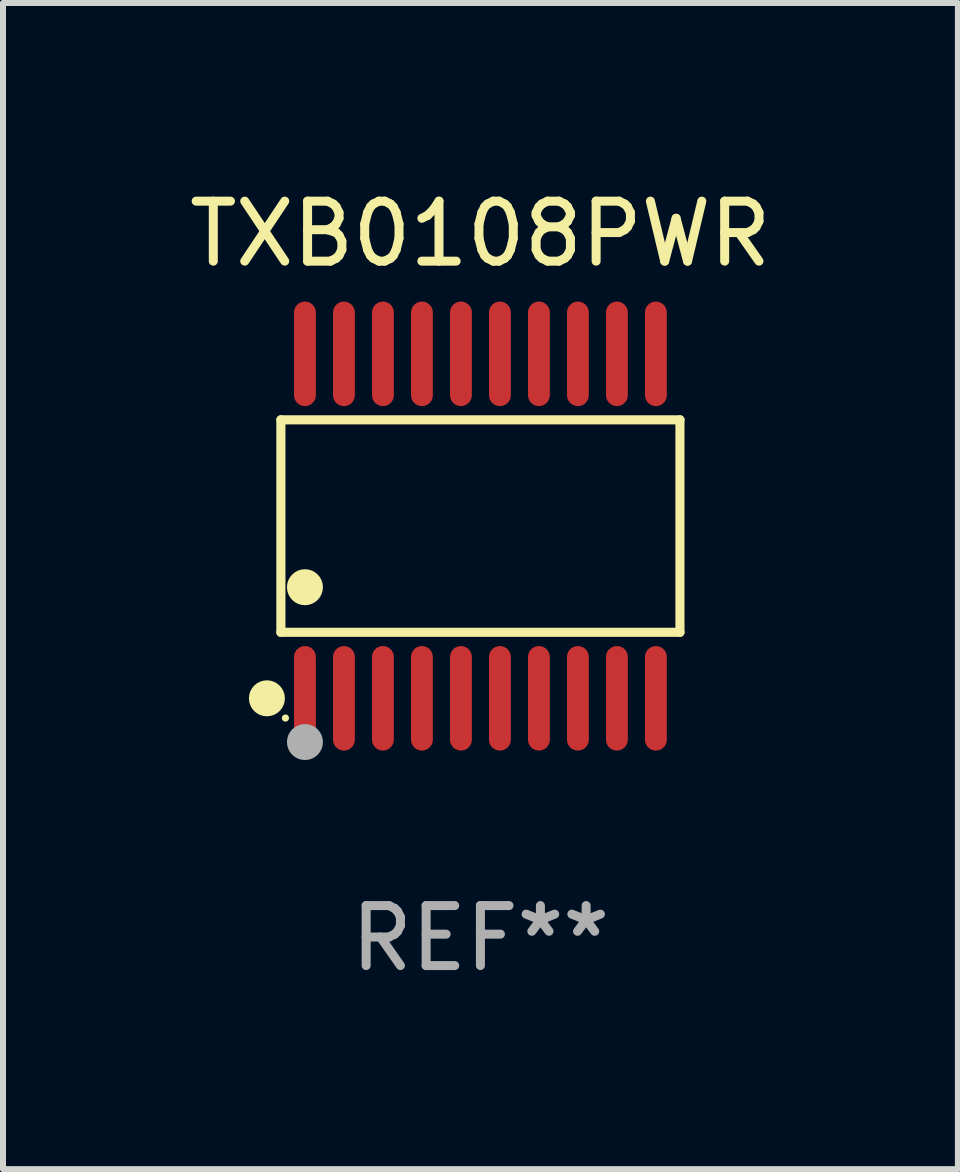
<source format=kicad_pcb>
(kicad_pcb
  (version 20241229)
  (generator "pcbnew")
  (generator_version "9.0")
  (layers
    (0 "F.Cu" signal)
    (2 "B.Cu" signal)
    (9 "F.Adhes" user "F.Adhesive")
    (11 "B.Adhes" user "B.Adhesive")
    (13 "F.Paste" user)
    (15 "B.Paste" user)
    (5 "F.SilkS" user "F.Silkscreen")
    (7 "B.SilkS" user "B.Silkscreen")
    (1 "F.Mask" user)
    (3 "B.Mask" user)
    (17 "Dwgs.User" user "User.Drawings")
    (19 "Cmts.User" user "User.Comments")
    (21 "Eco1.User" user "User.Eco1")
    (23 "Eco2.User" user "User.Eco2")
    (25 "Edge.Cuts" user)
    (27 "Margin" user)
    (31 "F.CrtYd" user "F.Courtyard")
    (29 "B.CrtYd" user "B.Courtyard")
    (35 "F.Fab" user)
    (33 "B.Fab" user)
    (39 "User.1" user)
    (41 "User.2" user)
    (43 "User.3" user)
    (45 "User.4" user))
  (footprint "TXB0108PWR"
    (layer "F.Cu")
    (at 4.958 5.719)
    (property "Reference" "TXB0108PWR" (at 0 -4.871 0) (layer "F.SilkS") (effects (font (size 1 1) (thickness 0.15))))
    (attr through_hole)
    (fp_line (start -3.326 -1.771) (end 3.326 -1.771) (stroke (width 0.152) (type solid)) (layer "F.SilkS"))
    (fp_line (start -3.326 1.771) (end -3.326 -1.771) (stroke (width 0.152) (type solid)) (layer "F.SilkS"))
    (fp_line (start 3.326 -1.771) (end 3.326 1.771) (stroke (width 0.152) (type solid)) (layer "F.SilkS"))
    (fp_line (start 3.326 1.771) (end -3.326 1.771) (stroke (width 0.152) (type solid)) (layer "F.SilkS"))
    (fp_circle (center -3.559 2.871) (end -3.409 2.871) (stroke (width 0.3) (type solid)) (fill no) (layer "F.SilkS"))
    (fp_circle (center -3.25 3.2) (end -3.22 3.2) (stroke (width 0.06) (type solid)) (fill no) (layer "F.SilkS"))
    (fp_circle (center -2.925 1.019) (end -2.775 1.019) (stroke (width 0.3) (type solid)) (fill no) (layer "F.SilkS"))
    (fp_circle (center -2.925 3.6) (end -2.775 3.6) (stroke (width 0.3) (type solid)) (fill no) (layer "F.Fab"))
    (fp_text user "REF**" (at 0 6.871 0) (layer "F.Fab") (effects (font (size 1 1) (thickness 0.15))))
    (pad "1" smd oval (at -2.925 2.871) (size 0.364 1.742) (layers "F.Cu" "F.Mask" "F.Paste"))
    (pad "2" smd oval (at -2.275 2.871) (size 0.364 1.742) (layers "F.Cu" "F.Mask" "F.Paste"))
    (pad "3" smd oval (at -1.625 2.871) (size 0.364 1.742) (layers "F.Cu" "F.Mask" "F.Paste"))
    (pad "4" smd oval (at -0.975 2.871) (size 0.364 1.742) (layers "F.Cu" "F.Mask" "F.Paste"))
    (pad "5" smd oval (at -0.325 2.871) (size 0.364 1.742) (layers "F.Cu" "F.Mask" "F.Paste"))
    (pad "6" smd oval (at 0.325 2.871) (size 0.364 1.742) (layers "F.Cu" "F.Mask" "F.Paste"))
    (pad "7" smd oval (at 0.975 2.871) (size 0.364 1.742) (layers "F.Cu" "F.Mask" "F.Paste"))
    (pad "8" smd oval (at 1.625 2.871) (size 0.364 1.742) (layers "F.Cu" "F.Mask" "F.Paste"))
    (pad "9" smd oval (at 2.275 2.871) (size 0.364 1.742) (layers "F.Cu" "F.Mask" "F.Paste"))
    (pad "10" smd oval (at 2.925 2.871) (size 0.364 1.742) (layers "F.Cu" "F.Mask" "F.Paste"))
    (pad "11" smd oval (at 2.925 -2.871) (size 0.364 1.742) (layers "F.Cu" "F.Mask" "F.Paste"))
    (pad "12" smd oval (at 2.275 -2.871) (size 0.364 1.742) (layers "F.Cu" "F.Mask" "F.Paste"))
    (pad "13" smd oval (at 1.625 -2.871) (size 0.364 1.742) (layers "F.Cu" "F.Mask" "F.Paste"))
    (pad "14" smd oval (at 0.975 -2.871) (size 0.364 1.742) (layers "F.Cu" "F.Mask" "F.Paste"))
    (pad "15" smd oval (at 0.325 -2.871) (size 0.364 1.742) (layers "F.Cu" "F.Mask" "F.Paste"))
    (pad "16" smd oval (at -0.325 -2.871) (size 0.364 1.742) (layers "F.Cu" "F.Mask" "F.Paste"))
    (pad "17" smd oval (at -0.975 -2.871) (size 0.364 1.742) (layers "F.Cu" "F.Mask" "F.Paste"))
    (pad "18" smd oval (at -1.625 -2.871) (size 0.364 1.742) (layers "F.Cu" "F.Mask" "F.Paste"))
    (pad "19" smd oval (at -2.275 -2.871) (size 0.364 1.742) (layers "F.Cu" "F.Mask" "F.Paste"))
    (pad "20" smd oval (at -2.925 -2.871) (size 0.364 1.742) (layers "F.Cu" "F.Mask" "F.Paste")))
  (gr_rect
    (start -3 -3)
    (end 12.917 16.438)
    (stroke (width 0.1) (type default))
    (fill no)
    (layer "Edge.Cuts")))
</source>
